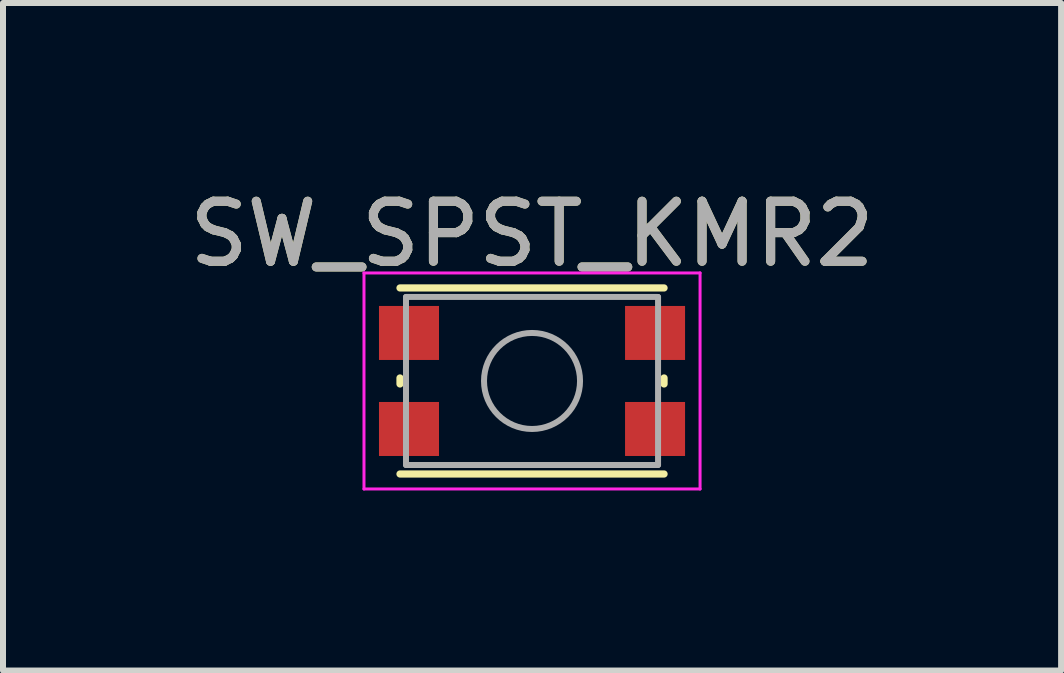
<source format=kicad_pcb>
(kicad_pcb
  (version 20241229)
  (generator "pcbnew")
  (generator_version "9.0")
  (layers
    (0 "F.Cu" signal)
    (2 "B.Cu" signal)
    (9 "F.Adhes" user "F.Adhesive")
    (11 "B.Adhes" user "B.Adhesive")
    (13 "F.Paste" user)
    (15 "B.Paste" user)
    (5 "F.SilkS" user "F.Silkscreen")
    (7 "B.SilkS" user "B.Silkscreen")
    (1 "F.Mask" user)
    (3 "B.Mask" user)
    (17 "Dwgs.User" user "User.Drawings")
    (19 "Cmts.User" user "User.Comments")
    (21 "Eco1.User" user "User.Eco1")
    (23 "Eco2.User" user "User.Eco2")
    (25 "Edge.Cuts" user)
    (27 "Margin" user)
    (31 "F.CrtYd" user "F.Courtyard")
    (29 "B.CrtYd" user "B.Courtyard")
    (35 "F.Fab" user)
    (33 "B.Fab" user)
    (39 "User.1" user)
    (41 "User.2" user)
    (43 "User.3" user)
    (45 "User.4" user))
  (footprint "SW_SPST_KMR2"
    (layer "F.Cu")
    (at 5.815 3.298)
    (property "Reference" "SW_SPST_KMR2" (at 0 -2.45 0) (layer "F.SilkS") (effects (font (size 1 1) (thickness 0.15))))
    (attr smd)
    (fp_line (start -2.2 0.05) (end -2.2 -0.05) (stroke (width 0.12) (type solid)) (layer "F.SilkS"))
    (fp_line (start -2.2 1.55) (end 2.2 1.55) (stroke (width 0.12) (type solid)) (layer "F.SilkS"))
    (fp_line (start 2.2 -1.55) (end -2.2 -1.55) (stroke (width 0.12) (type solid)) (layer "F.SilkS"))
    (fp_line (start 2.2 0.05) (end 2.2 -0.05) (stroke (width 0.12) (type solid)) (layer "F.SilkS"))
    (fp_line (start -2.8 -1.8) (end 2.8 -1.8) (stroke (width 0.05) (type solid)) (layer "F.CrtYd"))
    (fp_line (start -2.8 1.8) (end -2.8 -1.8) (stroke (width 0.05) (type solid)) (layer "F.CrtYd"))
    (fp_line (start 2.8 -1.8) (end 2.8 1.8) (stroke (width 0.05) (type solid)) (layer "F.CrtYd"))
    (fp_line (start 2.8 1.8) (end -2.8 1.8) (stroke (width 0.05) (type solid)) (layer "F.CrtYd"))
    (fp_line (start -2.1 -1.4) (end 2.1 -1.4) (stroke (width 0.1) (type solid)) (layer "F.Fab"))
    (fp_line (start -2.1 1.4) (end -2.1 -1.4) (stroke (width 0.1) (type solid)) (layer "F.Fab"))
    (fp_line (start 2.1 -1.4) (end 2.1 1.4) (stroke (width 0.1) (type solid)) (layer "F.Fab"))
    (fp_line (start 2.1 1.4) (end -2.1 1.4) (stroke (width 0.1) (type solid)) (layer "F.Fab"))
    (fp_circle (center 0 0) (end 0 0.8) (stroke (width 0.1) (type solid)) (fill no) (layer "F.Fab"))
    (fp_text user "${REFERENCE}" (at 0 -2.45 0) (layer "F.Fab") (effects (font (size 1 1) (thickness 0.15))))
    (pad "1" smd rect (at -2.05 -0.8 90) (size 0.9 1) (layers "F.Cu" "F.Mask" "F.Paste"))
    (pad "2" smd rect (at -2.05 0.8 90) (size 0.9 1) (layers "F.Cu" "F.Mask" "F.Paste"))
    (pad "3" smd rect (at 2.05 -0.8 90) (size 0.9 1) (layers "F.Cu" "F.Mask" "F.Paste"))
    (pad "4" smd rect (at 2.05 0.8 90) (size 0.9 1) (layers "F.Cu" "F.Mask" "F.Paste")))
  (gr_rect
    (start -3 -3)
    (end 14.631 8.123)
    (stroke (width 0.1) (type default))
    (fill no)
    (layer "Edge.Cuts")))
</source>
